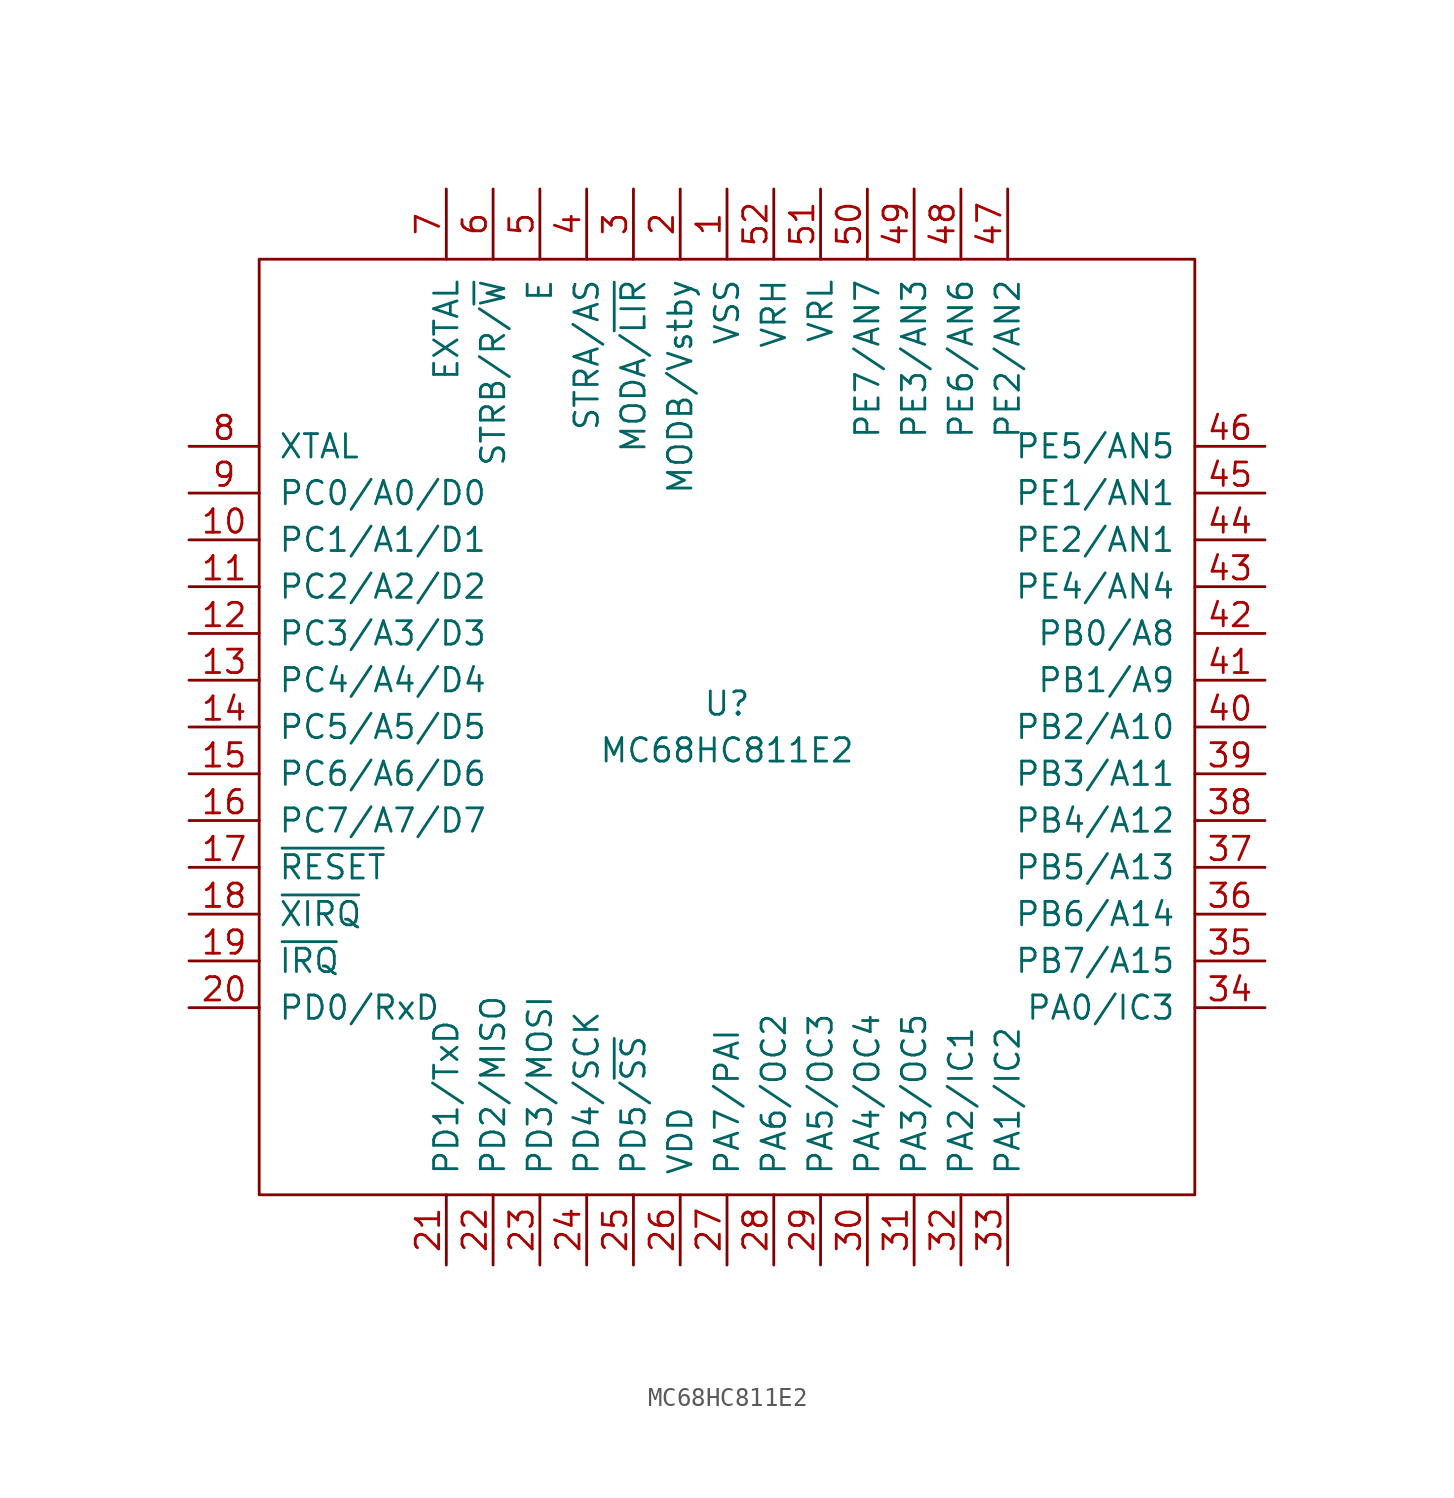
<source format=kicad_sym>
(kicad_symbol_lib
  (version 20211014)
  (generator kicad_symbol_editor)
  (symbol "MC68HC811E2"
    (pin_names
      (offset 1.016))
    (property "Reference" "U"
      (at 0 1.27 0)
      (effects (font (size 1.27 1.27))))
    (property "Value" "MC68HC811E2"
      (at 0 -1.27 0)
      (effects (font (size 1.27 1.27))))
    (symbol "MC68HC811E2_0_1"
      (rectangle (start -25.4 25.4) (end 25.4 -25.4) (stroke (width 0) (type default) (color 0 0 0 0)) (fill (type none))))
    (symbol "MC68HC811E2_1_1"
      (pin input line (at 0 29.21 270) (length 3.81) (name "VSS" (effects (font (size 1.27 1.27)))) (number "1" (effects (font (size 1.27 1.27)))))
      (pin input line (at -29.21 10.16 0) (length 3.81) (name "PC1/A1/D1" (effects (font (size 1.27 1.27)))) (number "10" (effects (font (size 1.27 1.27)))))
      (pin input line (at -29.21 7.62 0) (length 3.81) (name "PC2/A2/D2" (effects (font (size 1.27 1.27)))) (number "11" (effects (font (size 1.27 1.27)))))
      (pin input line (at -29.21 5.08 0) (length 3.81) (name "PC3/A3/D3" (effects (font (size 1.27 1.27)))) (number "12" (effects (font (size 1.27 1.27)))))
      (pin input line (at -29.21 2.54 0) (length 3.81) (name "PC4/A4/D4" (effects (font (size 1.27 1.27)))) (number "13" (effects (font (size 1.27 1.27)))))
      (pin input line (at -29.21 0 0) (length 3.81) (name "PC5/A5/D5" (effects (font (size 1.27 1.27)))) (number "14" (effects (font (size 1.27 1.27)))))
      (pin input line (at -29.21 -2.54 0) (length 3.81) (name "PC6/A6/D6" (effects (font (size 1.27 1.27)))) (number "15" (effects (font (size 1.27 1.27)))))
      (pin input line (at -29.21 -5.08 0) (length 3.81) (name "PC7/A7/D7" (effects (font (size 1.27 1.27)))) (number "16" (effects (font (size 1.27 1.27)))))
      (pin input line (at -29.21 -7.62 0) (length 3.81) (name "~{RESET}" (effects (font (size 1.27 1.27)))) (number "17" (effects (font (size 1.27 1.27)))))
      (pin input line (at -29.21 -10.16 0) (length 3.81) (name "~{XIRQ}" (effects (font (size 1.27 1.27)))) (number "18" (effects (font (size 1.27 1.27)))))
      (pin input line (at -29.21 -12.7 0) (length 3.81) (name "~{IRQ}" (effects (font (size 1.27 1.27)))) (number "19" (effects (font (size 1.27 1.27)))))
      (pin input line (at -2.54 29.21 270) (length 3.81) (name "MODB/Vstby" (effects (font (size 1.27 1.27)))) (number "2" (effects (font (size 1.27 1.27)))))
      (pin input line (at -29.21 -15.24 0) (length 3.81) (name "PD0/RxD" (effects (font (size 1.27 1.27)))) (number "20" (effects (font (size 1.27 1.27)))))
      (pin input line (at -15.24 -29.21 90) (length 3.81) (name "PD1/TxD" (effects (font (size 1.27 1.27)))) (number "21" (effects (font (size 1.27 1.27)))))
      (pin input line (at -12.7 -29.21 90) (length 3.81) (name "PD2/MISO" (effects (font (size 1.27 1.27)))) (number "22" (effects (font (size 1.27 1.27)))))
      (pin input line (at -10.16 -29.21 90) (length 3.81) (name "PD3/MOSI" (effects (font (size 1.27 1.27)))) (number "23" (effects (font (size 1.27 1.27)))))
      (pin input line (at -7.62 -29.21 90) (length 3.81) (name "PD4/SCK" (effects (font (size 1.27 1.27)))) (number "24" (effects (font (size 1.27 1.27)))))
      (pin input line (at -5.08 -29.21 90) (length 3.81) (name "PD5/~{SS}" (effects (font (size 1.27 1.27)))) (number "25" (effects (font (size 1.27 1.27)))))
      (pin input line (at -2.54 -29.21 90) (length 3.81) (name "VDD" (effects (font (size 1.27 1.27)))) (number "26" (effects (font (size 1.27 1.27)))))
      (pin input line (at 0 -29.21 90) (length 3.81) (name "PA7/PAI" (effects (font (size 1.27 1.27)))) (number "27" (effects (font (size 1.27 1.27)))))
      (pin input line (at 2.54 -29.21 90) (length 3.81) (name "PA6/OC2" (effects (font (size 1.27 1.27)))) (number "28" (effects (font (size 1.27 1.27)))))
      (pin input line (at 5.08 -29.21 90) (length 3.81) (name "PA5/OC3" (effects (font (size 1.27 1.27)))) (number "29" (effects (font (size 1.27 1.27)))))
      (pin input line (at -5.08 29.21 270) (length 3.81) (name "MODA/~{LIR}" (effects (font (size 1.27 1.27)))) (number "3" (effects (font (size 1.27 1.27)))))
      (pin input line (at 7.62 -29.21 90) (length 3.81) (name "PA4/OC4" (effects (font (size 1.27 1.27)))) (number "30" (effects (font (size 1.27 1.27)))))
      (pin input line (at 10.16 -29.21 90) (length 3.81) (name "PA3/OC5" (effects (font (size 1.27 1.27)))) (number "31" (effects (font (size 1.27 1.27)))))
      (pin input line (at 12.7 -29.21 90) (length 3.81) (name "PA2/IC1" (effects (font (size 1.27 1.27)))) (number "32" (effects (font (size 1.27 1.27)))))
      (pin input line (at 15.24 -29.21 90) (length 3.81) (name "PA1/IC2" (effects (font (size 1.27 1.27)))) (number "33" (effects (font (size 1.27 1.27)))))
      (pin input line (at 29.21 -15.24 180) (length 3.81) (name "PA0/IC3" (effects (font (size 1.27 1.27)))) (number "34" (effects (font (size 1.27 1.27)))))
      (pin input line (at 29.21 -12.7 180) (length 3.81) (name "PB7/A15" (effects (font (size 1.27 1.27)))) (number "35" (effects (font (size 1.27 1.27)))))
      (pin input line (at 29.21 -10.16 180) (length 3.81) (name "PB6/A14" (effects (font (size 1.27 1.27)))) (number "36" (effects (font (size 1.27 1.27)))))
      (pin input line (at 29.21 -7.62 180) (length 3.81) (name "PB5/A13" (effects (font (size 1.27 1.27)))) (number "37" (effects (font (size 1.27 1.27)))))
      (pin input line (at 29.21 -5.08 180) (length 3.81) (name "PB4/A12" (effects (font (size 1.27 1.27)))) (number "38" (effects (font (size 1.27 1.27)))))
      (pin input line (at 29.21 -2.54 180) (length 3.81) (name "PB3/A11" (effects (font (size 1.27 1.27)))) (number "39" (effects (font (size 1.27 1.27)))))
      (pin input line (at -7.62 29.21 270) (length 3.81) (name "STRA/AS" (effects (font (size 1.27 1.27)))) (number "4" (effects (font (size 1.27 1.27)))))
      (pin input line (at 29.21 0 180) (length 3.81) (name "PB2/A10" (effects (font (size 1.27 1.27)))) (number "40" (effects (font (size 1.27 1.27)))))
      (pin input line (at 29.21 2.54 180) (length 3.81) (name "PB1/A9" (effects (font (size 1.27 1.27)))) (number "41" (effects (font (size 1.27 1.27)))))
      (pin input line (at 29.21 5.08 180) (length 3.81) (name "PB0/A8" (effects (font (size 1.27 1.27)))) (number "42" (effects (font (size 1.27 1.27)))))
      (pin input line (at 29.21 7.62 180) (length 3.81) (name "PE4/AN4" (effects (font (size 1.27 1.27)))) (number "43" (effects (font (size 1.27 1.27)))))
      (pin input line (at 29.21 10.16 180) (length 3.81) (name "PE2/AN1" (effects (font (size 1.27 1.27)))) (number "44" (effects (font (size 1.27 1.27)))))
      (pin input line (at 29.21 12.7 180) (length 3.81) (name "PE1/AN1" (effects (font (size 1.27 1.27)))) (number "45" (effects (font (size 1.27 1.27)))))
      (pin input line (at 29.21 15.24 180) (length 3.81) (name "PE5/AN5" (effects (font (size 1.27 1.27)))) (number "46" (effects (font (size 1.27 1.27)))))
      (pin input line (at 15.24 29.21 270) (length 3.81) (name "PE2/AN2" (effects (font (size 1.27 1.27)))) (number "47" (effects (font (size 1.27 1.27)))))
      (pin input line (at 12.7 29.21 270) (length 3.81) (name "PE6/AN6" (effects (font (size 1.27 1.27)))) (number "48" (effects (font (size 1.27 1.27)))))
      (pin input line (at 10.16 29.21 270) (length 3.81) (name "PE3/AN3" (effects (font (size 1.27 1.27)))) (number "49" (effects (font (size 1.27 1.27)))))
      (pin input line (at -10.16 29.21 270) (length 3.81) (name "E" (effects (font (size 1.27 1.27)))) (number "5" (effects (font (size 1.27 1.27)))))
      (pin input line (at 7.62 29.21 270) (length 3.81) (name "PE7/AN7" (effects (font (size 1.27 1.27)))) (number "50" (effects (font (size 1.27 1.27)))))
      (pin input line (at 5.08 29.21 270) (length 3.81) (name "VRL" (effects (font (size 1.27 1.27)))) (number "51" (effects (font (size 1.27 1.27)))))
      (pin input line (at 2.54 29.21 270) (length 3.81) (name "VRH" (effects (font (size 1.27 1.27)))) (number "52" (effects (font (size 1.27 1.27)))))
      (pin input line (at -12.7 29.21 270) (length 3.81) (name "STRB/R/~{W}" (effects (font (size 1.27 1.27)))) (number "6" (effects (font (size 1.27 1.27)))))
      (pin input line (at -15.24 29.21 270) (length 3.81) (name "EXTAL" (effects (font (size 1.27 1.27)))) (number "7" (effects (font (size 1.27 1.27)))))
      (pin input line (at -29.21 15.24 0) (length 3.81) (name "XTAL" (effects (font (size 1.27 1.27)))) (number "8" (effects (font (size 1.27 1.27)))))
      (pin input line (at -29.21 12.7 0) (length 3.81) (name "PC0/A0/D0" (effects (font (size 1.27 1.27)))) (number "9" (effects (font (size 1.27 1.27))))))))
</source>
